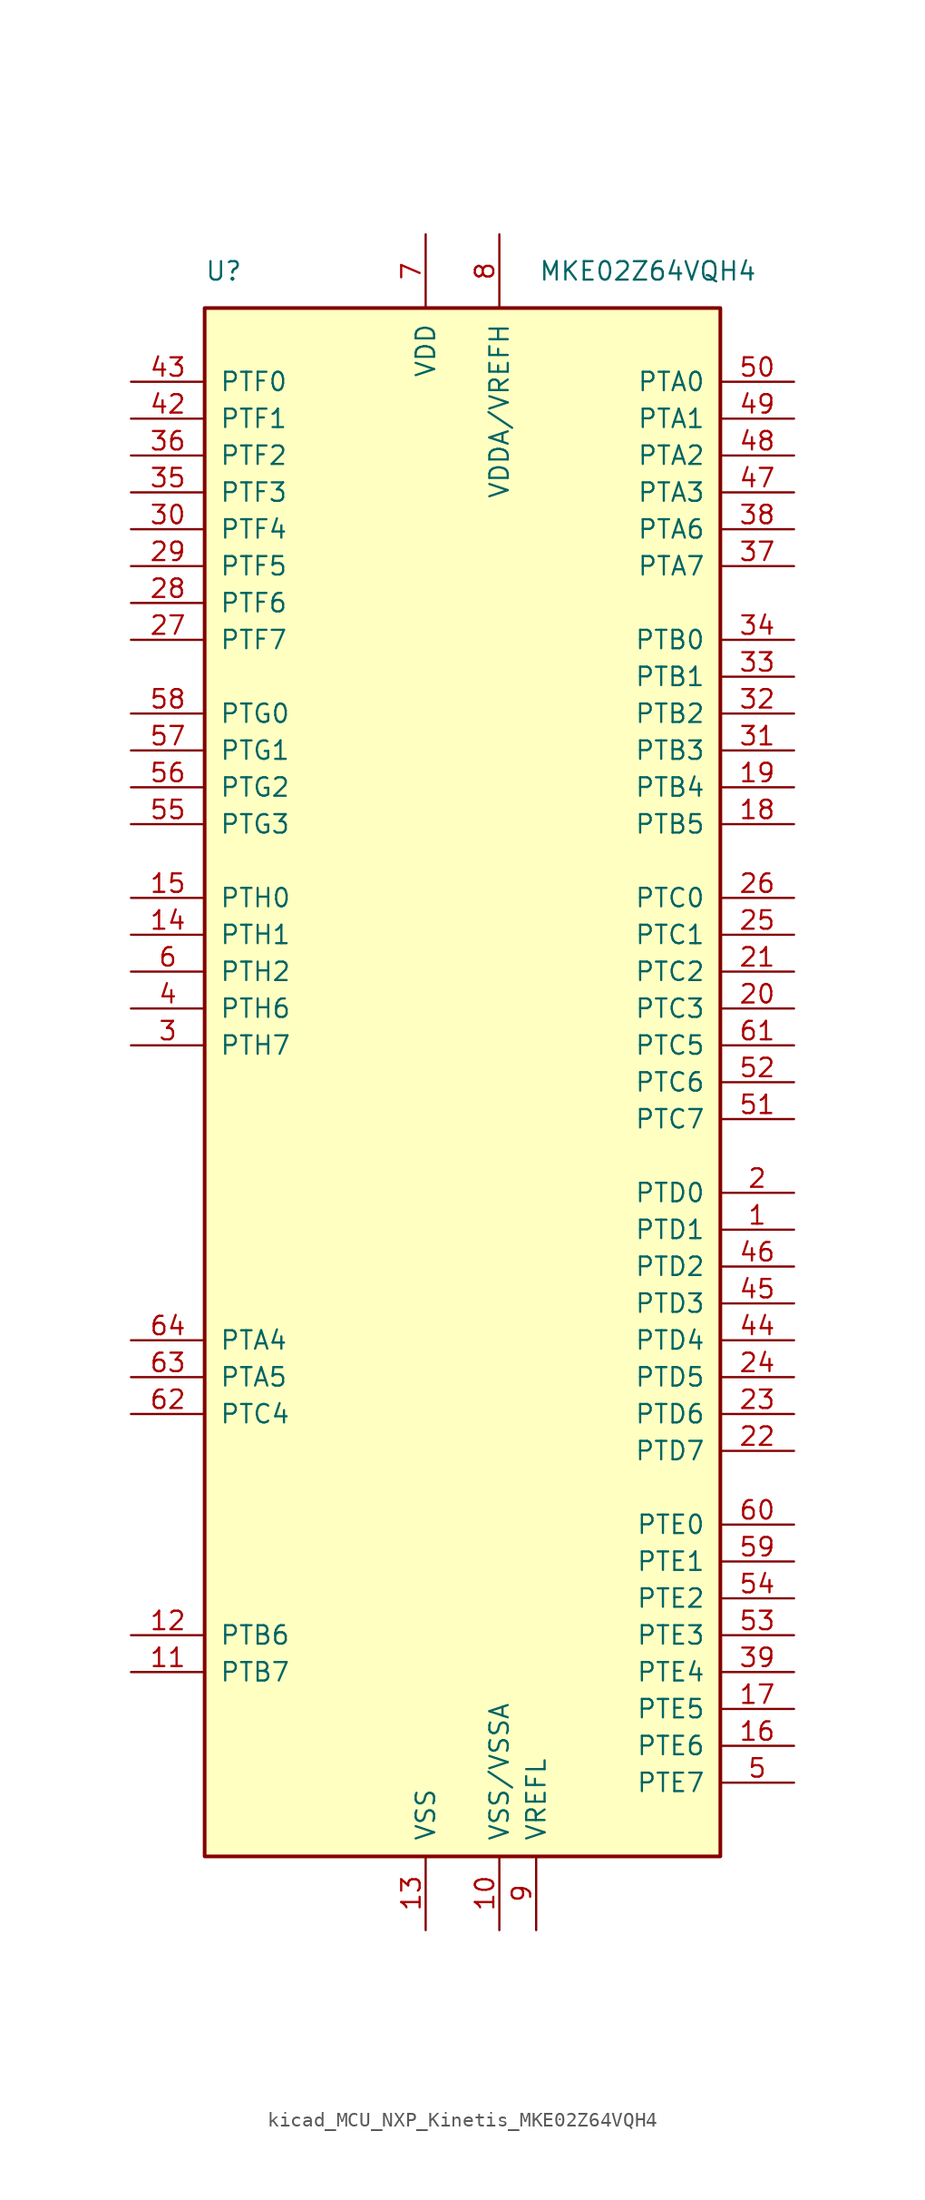
<source format=kicad_sym>
(kicad_symbol_lib
  (version 20220914)
  (generator kicad_symbol_editor)
  (symbol "kicad_MCU_NXP_Kinetis_MKE02Z64VQH4"
    (pin_names
      (offset 1.016))
    (property "Reference" "U"
      (at -17.78 55.88 0)
      (effects (font (size 1.27 1.27)) (justify left)))
    (property "Value" "MKE02Z64VQH4"
      (at 20.32 55.88 0)
      (effects (font (size 1.27 1.27)) (justify right)))
    (symbol "kicad_MCU_NXP_Kinetis_MKE02Z64VQH4_0_1"
      (rectangle (start -17.78 53.34) (end 17.78 -53.34) (stroke (width 0.254) (type default)) (fill (type background))))
    (symbol "kicad_MCU_NXP_Kinetis_MKE02Z64VQH4_1_1"
      (pin bidirectional line (at 22.86 -10.16 180) (length 5.08) (name "PTD1" (effects (font (size 1.27 1.27)))) (number "1" (effects (font (size 1.27 1.27)))))
      (pin power_in line (at 2.54 -58.42 90) (length 5.08) (name "VSS/VSSA" (effects (font (size 1.27 1.27)))) (number "10" (effects (font (size 1.27 1.27)))))
      (pin bidirectional line (at -22.86 -40.64 0) (length 5.08) (name "PTB7" (effects (font (size 1.27 1.27)))) (number "11" (effects (font (size 1.27 1.27)))))
      (pin bidirectional line (at -22.86 -38.1 0) (length 5.08) (name "PTB6" (effects (font (size 1.27 1.27)))) (number "12" (effects (font (size 1.27 1.27)))))
      (pin power_in line (at -2.54 -58.42 90) (length 5.08) (name "VSS" (effects (font (size 1.27 1.27)))) (number "13" (effects (font (size 1.27 1.27)))))
      (pin bidirectional line (at -22.86 10.16 0) (length 5.08) (name "PTH1" (effects (font (size 1.27 1.27)))) (number "14" (effects (font (size 1.27 1.27)))))
      (pin bidirectional line (at -22.86 12.7 0) (length 5.08) (name "PTH0" (effects (font (size 1.27 1.27)))) (number "15" (effects (font (size 1.27 1.27)))))
      (pin bidirectional line (at 22.86 -45.72 180) (length 5.08) (name "PTE6" (effects (font (size 1.27 1.27)))) (number "16" (effects (font (size 1.27 1.27)))))
      (pin bidirectional line (at 22.86 -43.18 180) (length 5.08) (name "PTE5" (effects (font (size 1.27 1.27)))) (number "17" (effects (font (size 1.27 1.27)))))
      (pin bidirectional line (at 22.86 17.78 180) (length 5.08) (name "PTB5" (effects (font (size 1.27 1.27)))) (number "18" (effects (font (size 1.27 1.27)))))
      (pin bidirectional line (at 22.86 20.32 180) (length 5.08) (name "PTB4" (effects (font (size 1.27 1.27)))) (number "19" (effects (font (size 1.27 1.27)))))
      (pin bidirectional line (at 22.86 -7.62 180) (length 5.08) (name "PTD0" (effects (font (size 1.27 1.27)))) (number "2" (effects (font (size 1.27 1.27)))))
      (pin bidirectional line (at 22.86 5.08 180) (length 5.08) (name "PTC3" (effects (font (size 1.27 1.27)))) (number "20" (effects (font (size 1.27 1.27)))))
      (pin bidirectional line (at 22.86 7.62 180) (length 5.08) (name "PTC2" (effects (font (size 1.27 1.27)))) (number "21" (effects (font (size 1.27 1.27)))))
      (pin bidirectional line (at 22.86 -25.4 180) (length 5.08) (name "PTD7" (effects (font (size 1.27 1.27)))) (number "22" (effects (font (size 1.27 1.27)))))
      (pin bidirectional line (at 22.86 -22.86 180) (length 5.08) (name "PTD6" (effects (font (size 1.27 1.27)))) (number "23" (effects (font (size 1.27 1.27)))))
      (pin bidirectional line (at 22.86 -20.32 180) (length 5.08) (name "PTD5" (effects (font (size 1.27 1.27)))) (number "24" (effects (font (size 1.27 1.27)))))
      (pin bidirectional line (at 22.86 10.16 180) (length 5.08) (name "PTC1" (effects (font (size 1.27 1.27)))) (number "25" (effects (font (size 1.27 1.27)))))
      (pin bidirectional line (at 22.86 12.7 180) (length 5.08) (name "PTC0" (effects (font (size 1.27 1.27)))) (number "26" (effects (font (size 1.27 1.27)))))
      (pin bidirectional line (at -22.86 30.48 0) (length 5.08) (name "PTF7" (effects (font (size 1.27 1.27)))) (number "27" (effects (font (size 1.27 1.27)))))
      (pin bidirectional line (at -22.86 33.02 0) (length 5.08) (name "PTF6" (effects (font (size 1.27 1.27)))) (number "28" (effects (font (size 1.27 1.27)))))
      (pin bidirectional line (at -22.86 35.56 0) (length 5.08) (name "PTF5" (effects (font (size 1.27 1.27)))) (number "29" (effects (font (size 1.27 1.27)))))
      (pin bidirectional line (at -22.86 2.54 0) (length 5.08) (name "PTH7" (effects (font (size 1.27 1.27)))) (number "3" (effects (font (size 1.27 1.27)))))
      (pin bidirectional line (at -22.86 38.1 0) (length 5.08) (name "PTF4" (effects (font (size 1.27 1.27)))) (number "30" (effects (font (size 1.27 1.27)))))
      (pin bidirectional line (at 22.86 22.86 180) (length 5.08) (name "PTB3" (effects (font (size 1.27 1.27)))) (number "31" (effects (font (size 1.27 1.27)))))
      (pin bidirectional line (at 22.86 25.4 180) (length 5.08) (name "PTB2" (effects (font (size 1.27 1.27)))) (number "32" (effects (font (size 1.27 1.27)))))
      (pin bidirectional line (at 22.86 27.94 180) (length 5.08) (name "PTB1" (effects (font (size 1.27 1.27)))) (number "33" (effects (font (size 1.27 1.27)))))
      (pin bidirectional line (at 22.86 30.48 180) (length 5.08) (name "PTB0" (effects (font (size 1.27 1.27)))) (number "34" (effects (font (size 1.27 1.27)))))
      (pin bidirectional line (at -22.86 40.64 0) (length 5.08) (name "PTF3" (effects (font (size 1.27 1.27)))) (number "35" (effects (font (size 1.27 1.27)))))
      (pin bidirectional line (at -22.86 43.18 0) (length 5.08) (name "PTF2" (effects (font (size 1.27 1.27)))) (number "36" (effects (font (size 1.27 1.27)))))
      (pin bidirectional line (at 22.86 35.56 180) (length 5.08) (name "PTA7" (effects (font (size 1.27 1.27)))) (number "37" (effects (font (size 1.27 1.27)))))
      (pin bidirectional line (at 22.86 38.1 180) (length 5.08) (name "PTA6" (effects (font (size 1.27 1.27)))) (number "38" (effects (font (size 1.27 1.27)))))
      (pin bidirectional line (at 22.86 -40.64 180) (length 5.08) (name "PTE4" (effects (font (size 1.27 1.27)))) (number "39" (effects (font (size 1.27 1.27)))))
      (pin bidirectional line (at -22.86 5.08 0) (length 5.08) (name "PTH6" (effects (font (size 1.27 1.27)))) (number "4" (effects (font (size 1.27 1.27)))))
      (pin passive line (at -2.54 -58.42 90) (length 5.08) hide (name "VSS" (effects (font (size 1.27 1.27)))) (number "40" (effects (font (size 1.27 1.27)))))
      (pin passive line (at -2.54 58.42 270) (length 5.08) hide (name "VDD" (effects (font (size 1.27 1.27)))) (number "41" (effects (font (size 1.27 1.27)))))
      (pin bidirectional line (at -22.86 45.72 0) (length 5.08) (name "PTF1" (effects (font (size 1.27 1.27)))) (number "42" (effects (font (size 1.27 1.27)))))
      (pin bidirectional line (at -22.86 48.26 0) (length 5.08) (name "PTF0" (effects (font (size 1.27 1.27)))) (number "43" (effects (font (size 1.27 1.27)))))
      (pin bidirectional line (at 22.86 -17.78 180) (length 5.08) (name "PTD4" (effects (font (size 1.27 1.27)))) (number "44" (effects (font (size 1.27 1.27)))))
      (pin bidirectional line (at 22.86 -15.24 180) (length 5.08) (name "PTD3" (effects (font (size 1.27 1.27)))) (number "45" (effects (font (size 1.27 1.27)))))
      (pin bidirectional line (at 22.86 -12.7 180) (length 5.08) (name "PTD2" (effects (font (size 1.27 1.27)))) (number "46" (effects (font (size 1.27 1.27)))))
      (pin bidirectional line (at 22.86 40.64 180) (length 5.08) (name "PTA3" (effects (font (size 1.27 1.27)))) (number "47" (effects (font (size 1.27 1.27)))))
      (pin bidirectional line (at 22.86 43.18 180) (length 5.08) (name "PTA2" (effects (font (size 1.27 1.27)))) (number "48" (effects (font (size 1.27 1.27)))))
      (pin bidirectional line (at 22.86 45.72 180) (length 5.08) (name "PTA1" (effects (font (size 1.27 1.27)))) (number "49" (effects (font (size 1.27 1.27)))))
      (pin bidirectional line (at 22.86 -48.26 180) (length 5.08) (name "PTE7" (effects (font (size 1.27 1.27)))) (number "5" (effects (font (size 1.27 1.27)))))
      (pin bidirectional line (at 22.86 48.26 180) (length 5.08) (name "PTA0" (effects (font (size 1.27 1.27)))) (number "50" (effects (font (size 1.27 1.27)))))
      (pin bidirectional line (at 22.86 -2.54 180) (length 5.08) (name "PTC7" (effects (font (size 1.27 1.27)))) (number "51" (effects (font (size 1.27 1.27)))))
      (pin bidirectional line (at 22.86 0 180) (length 5.08) (name "PTC6" (effects (font (size 1.27 1.27)))) (number "52" (effects (font (size 1.27 1.27)))))
      (pin bidirectional line (at 22.86 -38.1 180) (length 5.08) (name "PTE3" (effects (font (size 1.27 1.27)))) (number "53" (effects (font (size 1.27 1.27)))))
      (pin bidirectional line (at 22.86 -35.56 180) (length 5.08) (name "PTE2" (effects (font (size 1.27 1.27)))) (number "54" (effects (font (size 1.27 1.27)))))
      (pin bidirectional line (at -22.86 17.78 0) (length 5.08) (name "PTG3" (effects (font (size 1.27 1.27)))) (number "55" (effects (font (size 1.27 1.27)))))
      (pin bidirectional line (at -22.86 20.32 0) (length 5.08) (name "PTG2" (effects (font (size 1.27 1.27)))) (number "56" (effects (font (size 1.27 1.27)))))
      (pin bidirectional line (at -22.86 22.86 0) (length 5.08) (name "PTG1" (effects (font (size 1.27 1.27)))) (number "57" (effects (font (size 1.27 1.27)))))
      (pin bidirectional line (at -22.86 25.4 0) (length 5.08) (name "PTG0" (effects (font (size 1.27 1.27)))) (number "58" (effects (font (size 1.27 1.27)))))
      (pin bidirectional line (at 22.86 -33.02 180) (length 5.08) (name "PTE1" (effects (font (size 1.27 1.27)))) (number "59" (effects (font (size 1.27 1.27)))))
      (pin bidirectional line (at -22.86 7.62 0) (length 5.08) (name "PTH2" (effects (font (size 1.27 1.27)))) (number "6" (effects (font (size 1.27 1.27)))))
      (pin bidirectional line (at 22.86 -30.48 180) (length 5.08) (name "PTE0" (effects (font (size 1.27 1.27)))) (number "60" (effects (font (size 1.27 1.27)))))
      (pin bidirectional line (at 22.86 2.54 180) (length 5.08) (name "PTC5" (effects (font (size 1.27 1.27)))) (number "61" (effects (font (size 1.27 1.27)))))
      (pin bidirectional line (at -22.86 -22.86 0) (length 5.08) (name "PTC4" (effects (font (size 1.27 1.27)))) (number "62" (effects (font (size 1.27 1.27)))))
      (pin bidirectional line (at -22.86 -20.32 0) (length 5.08) (name "PTA5" (effects (font (size 1.27 1.27)))) (number "63" (effects (font (size 1.27 1.27)))))
      (pin bidirectional line (at -22.86 -17.78 0) (length 5.08) (name "PTA4" (effects (font (size 1.27 1.27)))) (number "64" (effects (font (size 1.27 1.27)))))
      (pin power_in line (at -2.54 58.42 270) (length 5.08) (name "VDD" (effects (font (size 1.27 1.27)))) (number "7" (effects (font (size 1.27 1.27)))))
      (pin power_in line (at 2.54 58.42 270) (length 5.08) (name "VDDA/VREFH" (effects (font (size 1.27 1.27)))) (number "8" (effects (font (size 1.27 1.27)))))
      (pin power_in line (at 5.08 -58.42 90) (length 5.08) (name "VREFL" (effects (font (size 1.27 1.27)))) (number "9" (effects (font (size 1.27 1.27))))))))
</source>
